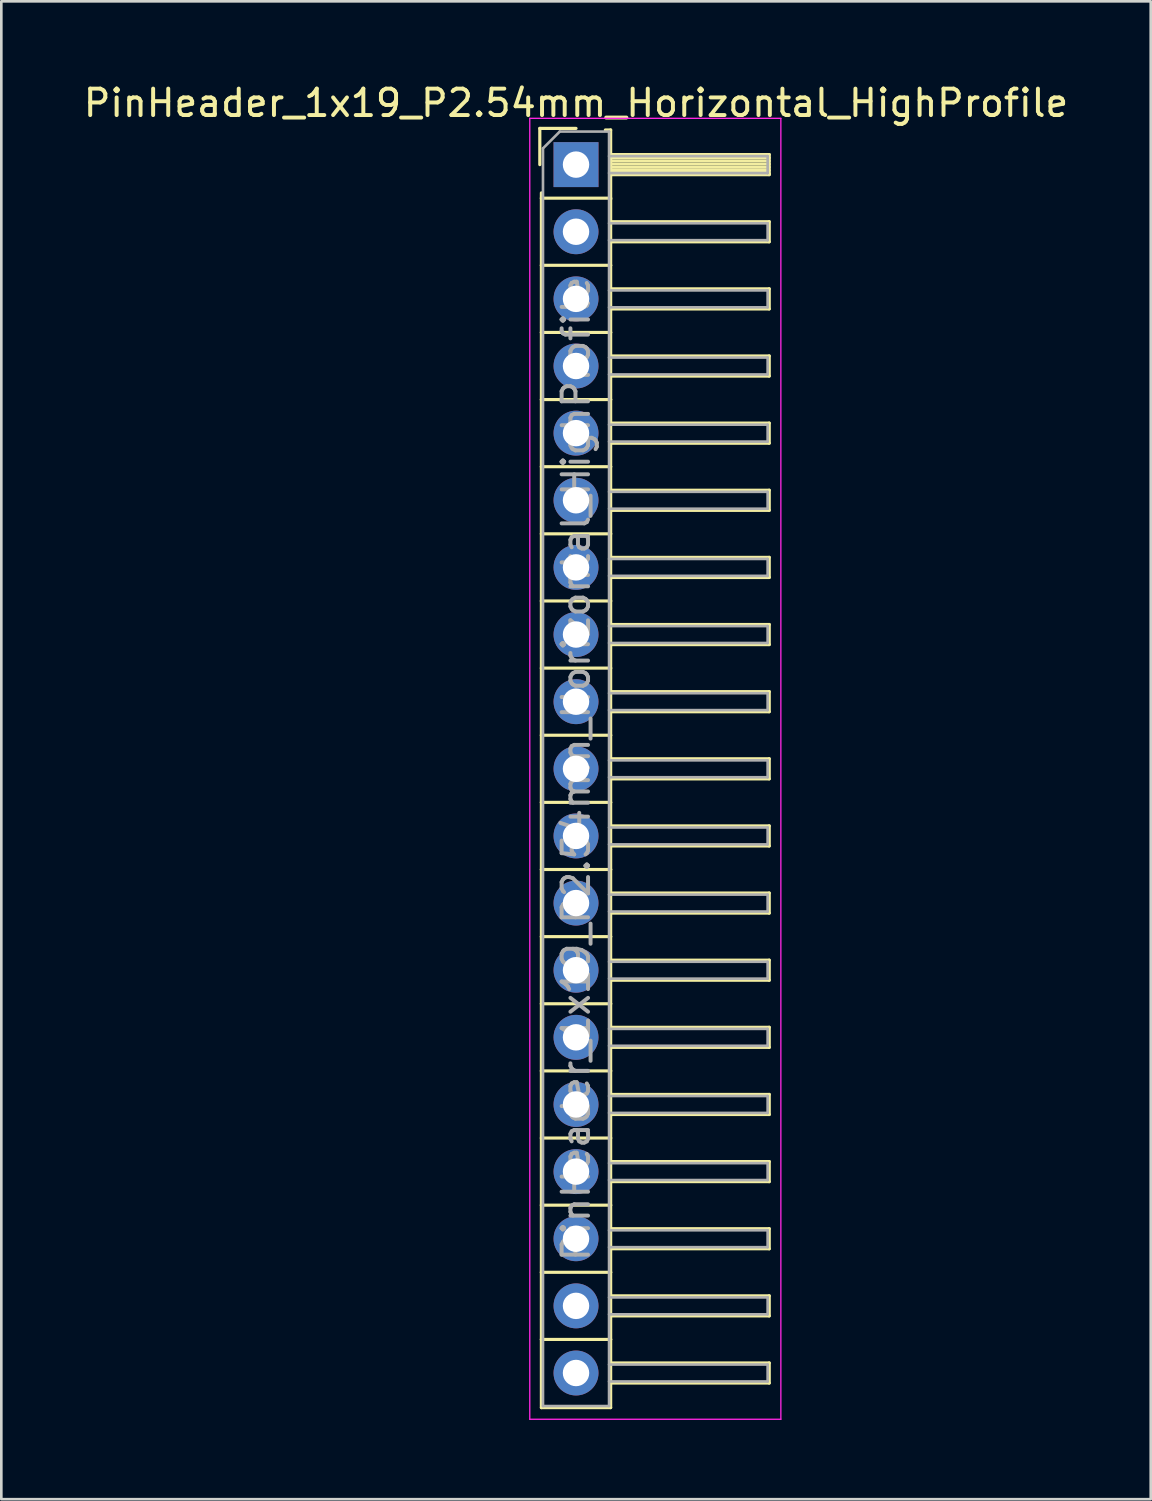
<source format=kicad_pcb>
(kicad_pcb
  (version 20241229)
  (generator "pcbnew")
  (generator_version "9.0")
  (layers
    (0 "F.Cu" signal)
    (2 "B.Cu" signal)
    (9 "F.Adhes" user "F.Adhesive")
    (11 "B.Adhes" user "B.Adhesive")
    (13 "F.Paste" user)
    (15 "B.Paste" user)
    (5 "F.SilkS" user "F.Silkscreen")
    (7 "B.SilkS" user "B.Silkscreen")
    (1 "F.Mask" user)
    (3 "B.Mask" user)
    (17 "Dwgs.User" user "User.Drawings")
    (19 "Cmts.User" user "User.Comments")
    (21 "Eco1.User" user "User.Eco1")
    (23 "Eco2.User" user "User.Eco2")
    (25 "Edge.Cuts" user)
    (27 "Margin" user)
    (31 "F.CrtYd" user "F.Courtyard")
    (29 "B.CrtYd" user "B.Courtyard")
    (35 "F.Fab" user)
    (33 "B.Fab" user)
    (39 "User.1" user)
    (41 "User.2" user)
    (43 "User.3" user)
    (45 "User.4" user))
  (footprint "PinHeader_1x19_P2.54mm_Horizontal_HighProfile"
    (layer "F.Cu")
    (at 18.744 3.178)
    (property "Reference" "PinHeader_1x19_P2.54mm_Horizontal_HighProfile" (at 0 -2.33 0) (layer "F.SilkS") (effects (font (size 1 1) (thickness 0.15))))
    (attr through_hole)
    (fp_line (start -1.37 -1.37) (end -1.37 0) (stroke (width 0.12) (type solid)) (layer "F.SilkS"))
    (fp_line (start -1.37 -1.37) (end 0 -1.37) (stroke (width 0.12) (type solid)) (layer "F.SilkS"))
    (fp_line (start -1.31 1.27) (end -1.31 1.07) (stroke (width 0.12) (type solid)) (layer "F.SilkS"))
    (fp_line (start -1.31 1.27) (end -1.31 3.81) (stroke (width 0.12) (type solid)) (layer "F.SilkS"))
    (fp_line (start -1.31 1.27) (end 1.31 1.27) (stroke (width 0.12) (type solid)) (layer "F.SilkS"))
    (fp_line (start -1.31 3.81) (end -1.31 6.35) (stroke (width 0.12) (type solid)) (layer "F.SilkS"))
    (fp_line (start -1.31 3.81) (end 1.31 3.81) (stroke (width 0.12) (type solid)) (layer "F.SilkS"))
    (fp_line (start -1.31 6.35) (end -1.31 8.89) (stroke (width 0.12) (type solid)) (layer "F.SilkS"))
    (fp_line (start -1.31 6.35) (end 1.31 6.35) (stroke (width 0.12) (type solid)) (layer "F.SilkS"))
    (fp_line (start -1.31 8.89) (end -1.31 11.43) (stroke (width 0.12) (type solid)) (layer "F.SilkS"))
    (fp_line (start -1.31 8.89) (end 1.31 8.89) (stroke (width 0.12) (type solid)) (layer "F.SilkS"))
    (fp_line (start -1.31 11.43) (end -1.31 13.97) (stroke (width 0.12) (type solid)) (layer "F.SilkS"))
    (fp_line (start -1.31 11.43) (end 1.31 11.43) (stroke (width 0.12) (type solid)) (layer "F.SilkS"))
    (fp_line (start -1.31 13.97) (end -1.31 16.51) (stroke (width 0.12) (type solid)) (layer "F.SilkS"))
    (fp_line (start -1.31 13.97) (end 1.31 13.97) (stroke (width 0.12) (type solid)) (layer "F.SilkS"))
    (fp_line (start -1.31 16.51) (end -1.31 19.05) (stroke (width 0.12) (type solid)) (layer "F.SilkS"))
    (fp_line (start -1.31 16.51) (end 1.31 16.51) (stroke (width 0.12) (type solid)) (layer "F.SilkS"))
    (fp_line (start -1.31 19.05) (end -1.31 21.59) (stroke (width 0.12) (type solid)) (layer "F.SilkS"))
    (fp_line (start -1.31 19.05) (end 1.31 19.05) (stroke (width 0.12) (type solid)) (layer "F.SilkS"))
    (fp_line (start -1.31 21.59) (end -1.31 24.13) (stroke (width 0.12) (type solid)) (layer "F.SilkS"))
    (fp_line (start -1.31 21.59) (end 1.31 21.59) (stroke (width 0.12) (type solid)) (layer "F.SilkS"))
    (fp_line (start -1.31 24.13) (end -1.31 26.67) (stroke (width 0.12) (type solid)) (layer "F.SilkS"))
    (fp_line (start -1.31 24.13) (end 1.31 24.13) (stroke (width 0.12) (type solid)) (layer "F.SilkS"))
    (fp_line (start -1.31 26.67) (end -1.31 29.21) (stroke (width 0.12) (type solid)) (layer "F.SilkS"))
    (fp_line (start -1.31 26.67) (end 1.31 26.67) (stroke (width 0.12) (type solid)) (layer "F.SilkS"))
    (fp_line (start -1.31 29.21) (end -1.31 31.75) (stroke (width 0.12) (type solid)) (layer "F.SilkS"))
    (fp_line (start -1.31 29.21) (end 1.31 29.21) (stroke (width 0.12) (type solid)) (layer "F.SilkS"))
    (fp_line (start -1.31 31.75) (end -1.31 34.29) (stroke (width 0.12) (type solid)) (layer "F.SilkS"))
    (fp_line (start -1.31 31.75) (end 1.31 31.75) (stroke (width 0.12) (type solid)) (layer "F.SilkS"))
    (fp_line (start -1.31 34.29) (end -1.31 36.83) (stroke (width 0.12) (type solid)) (layer "F.SilkS"))
    (fp_line (start -1.31 34.29) (end 1.31 34.29) (stroke (width 0.12) (type solid)) (layer "F.SilkS"))
    (fp_line (start -1.31 36.83) (end -1.31 39.37) (stroke (width 0.12) (type solid)) (layer "F.SilkS"))
    (fp_line (start -1.31 36.83) (end 1.31 36.83) (stroke (width 0.12) (type solid)) (layer "F.SilkS"))
    (fp_line (start -1.31 39.37) (end -1.31 41.91) (stroke (width 0.12) (type solid)) (layer "F.SilkS"))
    (fp_line (start -1.31 39.37) (end 1.31 39.37) (stroke (width 0.12) (type solid)) (layer "F.SilkS"))
    (fp_line (start -1.31 41.91) (end -1.31 44.45) (stroke (width 0.12) (type solid)) (layer "F.SilkS"))
    (fp_line (start -1.31 41.91) (end 1.31 41.91) (stroke (width 0.12) (type solid)) (layer "F.SilkS"))
    (fp_line (start -1.31 44.45) (end -1.31 47.03) (stroke (width 0.12) (type solid)) (layer "F.SilkS"))
    (fp_line (start -1.31 44.45) (end 1.31 44.45) (stroke (width 0.12) (type solid)) (layer "F.SilkS"))
    (fp_line (start -1.31 47.03) (end 1.31 47.03) (stroke (width 0.12) (type solid)) (layer "F.SilkS"))
    (fp_line (start 1.11 -1.31) (end 1.31 -1.31) (stroke (width 0.12) (type solid)) (layer "F.SilkS"))
    (fp_line (start 1.31 -1.31) (end 1.31 1.31) (stroke (width 0.12) (type solid)) (layer "F.SilkS"))
    (fp_line (start 1.31 -0.38) (end 7.31 -0.38) (stroke (width 0.12) (type solid)) (layer "F.SilkS"))
    (fp_line (start 1.31 -0.26) (end 7.31 -0.26) (stroke (width 0.12) (type solid)) (layer "F.SilkS"))
    (fp_line (start 1.31 -0.14) (end 7.31 -0.14) (stroke (width 0.12) (type solid)) (layer "F.SilkS"))
    (fp_line (start 1.31 -0.02) (end 7.31 -0.02) (stroke (width 0.12) (type solid)) (layer "F.SilkS"))
    (fp_line (start 1.31 0.1) (end 7.31 0.1) (stroke (width 0.12) (type solid)) (layer "F.SilkS"))
    (fp_line (start 1.31 0.22) (end 7.31 0.22) (stroke (width 0.12) (type solid)) (layer "F.SilkS"))
    (fp_line (start 1.31 0.34) (end 7.31 0.34) (stroke (width 0.12) (type solid)) (layer "F.SilkS"))
    (fp_line (start 1.31 0.38) (end 7.31 0.38) (stroke (width 0.12) (type solid)) (layer "F.SilkS"))
    (fp_line (start 1.31 1.27) (end 1.31 3.81) (stroke (width 0.12) (type solid)) (layer "F.SilkS"))
    (fp_line (start 1.31 2.16) (end 7.31 2.16) (stroke (width 0.12) (type solid)) (layer "F.SilkS"))
    (fp_line (start 1.31 2.92) (end 7.31 2.92) (stroke (width 0.12) (type solid)) (layer "F.SilkS"))
    (fp_line (start 1.31 3.81) (end 1.31 6.35) (stroke (width 0.12) (type solid)) (layer "F.SilkS"))
    (fp_line (start 1.31 4.7) (end 7.31 4.7) (stroke (width 0.12) (type solid)) (layer "F.SilkS"))
    (fp_line (start 1.31 5.46) (end 7.31 5.46) (stroke (width 0.12) (type solid)) (layer "F.SilkS"))
    (fp_line (start 1.31 6.35) (end 1.31 8.89) (stroke (width 0.12) (type solid)) (layer "F.SilkS"))
    (fp_line (start 1.31 7.24) (end 7.31 7.24) (stroke (width 0.12) (type solid)) (layer "F.SilkS"))
    (fp_line (start 1.31 8) (end 7.31 8) (stroke (width 0.12) (type solid)) (layer "F.SilkS"))
    (fp_line (start 1.31 8.89) (end 1.31 11.43) (stroke (width 0.12) (type solid)) (layer "F.SilkS"))
    (fp_line (start 1.31 9.78) (end 7.31 9.78) (stroke (width 0.12) (type solid)) (layer "F.SilkS"))
    (fp_line (start 1.31 10.54) (end 7.31 10.54) (stroke (width 0.12) (type solid)) (layer "F.SilkS"))
    (fp_line (start 1.31 11.43) (end 1.31 13.97) (stroke (width 0.12) (type solid)) (layer "F.SilkS"))
    (fp_line (start 1.31 12.32) (end 7.31 12.32) (stroke (width 0.12) (type solid)) (layer "F.SilkS"))
    (fp_line (start 1.31 13.08) (end 7.31 13.08) (stroke (width 0.12) (type solid)) (layer "F.SilkS"))
    (fp_line (start 1.31 13.97) (end 1.31 16.51) (stroke (width 0.12) (type solid)) (layer "F.SilkS"))
    (fp_line (start 1.31 14.86) (end 7.31 14.86) (stroke (width 0.12) (type solid)) (layer "F.SilkS"))
    (fp_line (start 1.31 15.62) (end 7.31 15.62) (stroke (width 0.12) (type solid)) (layer "F.SilkS"))
    (fp_line (start 1.31 16.51) (end 1.31 19.05) (stroke (width 0.12) (type solid)) (layer "F.SilkS"))
    (fp_line (start 1.31 17.4) (end 7.31 17.4) (stroke (width 0.12) (type solid)) (layer "F.SilkS"))
    (fp_line (start 1.31 18.16) (end 7.31 18.16) (stroke (width 0.12) (type solid)) (layer "F.SilkS"))
    (fp_line (start 1.31 19.05) (end 1.31 21.59) (stroke (width 0.12) (type solid)) (layer "F.SilkS"))
    (fp_line (start 1.31 19.94) (end 7.31 19.94) (stroke (width 0.12) (type solid)) (layer "F.SilkS"))
    (fp_line (start 1.31 20.7) (end 7.31 20.7) (stroke (width 0.12) (type solid)) (layer "F.SilkS"))
    (fp_line (start 1.31 21.59) (end 1.31 24.13) (stroke (width 0.12) (type solid)) (layer "F.SilkS"))
    (fp_line (start 1.31 22.48) (end 7.31 22.48) (stroke (width 0.12) (type solid)) (layer "F.SilkS"))
    (fp_line (start 1.31 23.24) (end 7.31 23.24) (stroke (width 0.12) (type solid)) (layer "F.SilkS"))
    (fp_line (start 1.31 24.13) (end 1.31 26.67) (stroke (width 0.12) (type solid)) (layer "F.SilkS"))
    (fp_line (start 1.31 25.02) (end 7.31 25.02) (stroke (width 0.12) (type solid)) (layer "F.SilkS"))
    (fp_line (start 1.31 25.78) (end 7.31 25.78) (stroke (width 0.12) (type solid)) (layer "F.SilkS"))
    (fp_line (start 1.31 26.67) (end 1.31 29.21) (stroke (width 0.12) (type solid)) (layer "F.SilkS"))
    (fp_line (start 1.31 27.56) (end 7.31 27.56) (stroke (width 0.12) (type solid)) (layer "F.SilkS"))
    (fp_line (start 1.31 28.32) (end 7.31 28.32) (stroke (width 0.12) (type solid)) (layer "F.SilkS"))
    (fp_line (start 1.31 29.21) (end 1.31 31.75) (stroke (width 0.12) (type solid)) (layer "F.SilkS"))
    (fp_line (start 1.31 30.1) (end 7.31 30.1) (stroke (width 0.12) (type solid)) (layer "F.SilkS"))
    (fp_line (start 1.31 30.86) (end 7.31 30.86) (stroke (width 0.12) (type solid)) (layer "F.SilkS"))
    (fp_line (start 1.31 31.75) (end 1.31 34.29) (stroke (width 0.12) (type solid)) (layer "F.SilkS"))
    (fp_line (start 1.31 32.64) (end 7.31 32.64) (stroke (width 0.12) (type solid)) (layer "F.SilkS"))
    (fp_line (start 1.31 33.4) (end 7.31 33.4) (stroke (width 0.12) (type solid)) (layer "F.SilkS"))
    (fp_line (start 1.31 34.29) (end 1.31 36.83) (stroke (width 0.12) (type solid)) (layer "F.SilkS"))
    (fp_line (start 1.31 35.18) (end 7.31 35.18) (stroke (width 0.12) (type solid)) (layer "F.SilkS"))
    (fp_line (start 1.31 35.94) (end 7.31 35.94) (stroke (width 0.12) (type solid)) (layer "F.SilkS"))
    (fp_line (start 1.31 36.83) (end 1.31 39.37) (stroke (width 0.12) (type solid)) (layer "F.SilkS"))
    (fp_line (start 1.31 37.72) (end 7.31 37.72) (stroke (width 0.12) (type solid)) (layer "F.SilkS"))
    (fp_line (start 1.31 38.48) (end 7.31 38.48) (stroke (width 0.12) (type solid)) (layer "F.SilkS"))
    (fp_line (start 1.31 39.37) (end 1.31 41.91) (stroke (width 0.12) (type solid)) (layer "F.SilkS"))
    (fp_line (start 1.31 40.26) (end 7.31 40.26) (stroke (width 0.12) (type solid)) (layer "F.SilkS"))
    (fp_line (start 1.31 41.02) (end 7.31 41.02) (stroke (width 0.12) (type solid)) (layer "F.SilkS"))
    (fp_line (start 1.31 41.91) (end 1.31 44.45) (stroke (width 0.12) (type solid)) (layer "F.SilkS"))
    (fp_line (start 1.31 42.8) (end 7.31 42.8) (stroke (width 0.12) (type solid)) (layer "F.SilkS"))
    (fp_line (start 1.31 43.56) (end 7.31 43.56) (stroke (width 0.12) (type solid)) (layer "F.SilkS"))
    (fp_line (start 1.31 44.45) (end 1.31 47.03) (stroke (width 0.12) (type solid)) (layer "F.SilkS"))
    (fp_line (start 1.31 45.34) (end 7.31 45.34) (stroke (width 0.12) (type solid)) (layer "F.SilkS"))
    (fp_line (start 1.31 46.1) (end 7.31 46.1) (stroke (width 0.12) (type solid)) (layer "F.SilkS"))
    (fp_line (start 7.31 -0.38) (end 7.31 0.38) (stroke (width 0.12) (type solid)) (layer "F.SilkS"))
    (fp_line (start 7.31 2.16) (end 7.31 2.92) (stroke (width 0.12) (type solid)) (layer "F.SilkS"))
    (fp_line (start 7.31 4.7) (end 7.31 5.46) (stroke (width 0.12) (type solid)) (layer "F.SilkS"))
    (fp_line (start 7.31 7.24) (end 7.31 8) (stroke (width 0.12) (type solid)) (layer "F.SilkS"))
    (fp_line (start 7.31 9.78) (end 7.31 10.54) (stroke (width 0.12) (type solid)) (layer "F.SilkS"))
    (fp_line (start 7.31 12.32) (end 7.31 13.08) (stroke (width 0.12) (type solid)) (layer "F.SilkS"))
    (fp_line (start 7.31 14.86) (end 7.31 15.62) (stroke (width 0.12) (type solid)) (layer "F.SilkS"))
    (fp_line (start 7.31 17.4) (end 7.31 18.16) (stroke (width 0.12) (type solid)) (layer "F.SilkS"))
    (fp_line (start 7.31 19.94) (end 7.31 20.7) (stroke (width 0.12) (type solid)) (layer "F.SilkS"))
    (fp_line (start 7.31 22.48) (end 7.31 23.24) (stroke (width 0.12) (type solid)) (layer "F.SilkS"))
    (fp_line (start 7.31 25.02) (end 7.31 25.78) (stroke (width 0.12) (type solid)) (layer "F.SilkS"))
    (fp_line (start 7.31 27.56) (end 7.31 28.32) (stroke (width 0.12) (type solid)) (layer "F.SilkS"))
    (fp_line (start 7.31 30.1) (end 7.31 30.86) (stroke (width 0.12) (type solid)) (layer "F.SilkS"))
    (fp_line (start 7.31 32.64) (end 7.31 33.4) (stroke (width 0.12) (type solid)) (layer "F.SilkS"))
    (fp_line (start 7.31 35.18) (end 7.31 35.94) (stroke (width 0.12) (type solid)) (layer "F.SilkS"))
    (fp_line (start 7.31 37.72) (end 7.31 38.48) (stroke (width 0.12) (type solid)) (layer "F.SilkS"))
    (fp_line (start 7.31 40.26) (end 7.31 41.02) (stroke (width 0.12) (type solid)) (layer "F.SilkS"))
    (fp_line (start 7.31 42.8) (end 7.31 43.56) (stroke (width 0.12) (type solid)) (layer "F.SilkS"))
    (fp_line (start 7.31 45.34) (end 7.31 46.1) (stroke (width 0.12) (type solid)) (layer "F.SilkS"))
    (fp_line (start -1.75 -1.75) (end -1.75 47.47) (stroke (width 0.05) (type solid)) (layer "F.CrtYd"))
    (fp_line (start -1.75 -1.75) (end 7.75 -1.75) (stroke (width 0.05) (type solid)) (layer "F.CrtYd"))
    (fp_line (start -1.75 47.47) (end 7.75 47.47) (stroke (width 0.05) (type solid)) (layer "F.CrtYd"))
    (fp_line (start 7.75 -1.75) (end 7.75 47.47) (stroke (width 0.05) (type solid)) (layer "F.CrtYd"))
    (fp_line (start -1.25 -0.615) (end -1.25 46.97) (stroke (width 0.1) (type solid)) (layer "F.Fab"))
    (fp_line (start -1.25 -0.615) (end -0.615 -1.25) (stroke (width 0.1) (type solid)) (layer "F.Fab"))
    (fp_line (start -1.25 46.97) (end 1.25 46.97) (stroke (width 0.1) (type solid)) (layer "F.Fab"))
    (fp_line (start -0.615 -1.25) (end 1.25 -1.25) (stroke (width 0.1) (type solid)) (layer "F.Fab"))
    (fp_line (start 1.25 -1.25) (end 1.25 46.97) (stroke (width 0.1) (type solid)) (layer "F.Fab"))
    (fp_line (start 1.25 -0.32) (end 7.25 -0.32) (stroke (width 0.1) (type solid)) (layer "F.Fab"))
    (fp_line (start 1.25 0.32) (end 7.25 0.32) (stroke (width 0.1) (type solid)) (layer "F.Fab"))
    (fp_line (start 1.25 2.22) (end 7.25 2.22) (stroke (width 0.1) (type solid)) (layer "F.Fab"))
    (fp_line (start 1.25 2.86) (end 7.25 2.86) (stroke (width 0.1) (type solid)) (layer "F.Fab"))
    (fp_line (start 1.25 4.76) (end 7.25 4.76) (stroke (width 0.1) (type solid)) (layer "F.Fab"))
    (fp_line (start 1.25 5.4) (end 7.25 5.4) (stroke (width 0.1) (type solid)) (layer "F.Fab"))
    (fp_line (start 1.25 7.3) (end 7.25 7.3) (stroke (width 0.1) (type solid)) (layer "F.Fab"))
    (fp_line (start 1.25 7.94) (end 7.25 7.94) (stroke (width 0.1) (type solid)) (layer "F.Fab"))
    (fp_line (start 1.25 9.84) (end 7.25 9.84) (stroke (width 0.1) (type solid)) (layer "F.Fab"))
    (fp_line (start 1.25 10.48) (end 7.25 10.48) (stroke (width 0.1) (type solid)) (layer "F.Fab"))
    (fp_line (start 1.25 12.38) (end 7.25 12.38) (stroke (width 0.1) (type solid)) (layer "F.Fab"))
    (fp_line (start 1.25 13.02) (end 7.25 13.02) (stroke (width 0.1) (type solid)) (layer "F.Fab"))
    (fp_line (start 1.25 14.92) (end 7.25 14.92) (stroke (width 0.1) (type solid)) (layer "F.Fab"))
    (fp_line (start 1.25 15.56) (end 7.25 15.56) (stroke (width 0.1) (type solid)) (layer "F.Fab"))
    (fp_line (start 1.25 17.46) (end 7.25 17.46) (stroke (width 0.1) (type solid)) (layer "F.Fab"))
    (fp_line (start 1.25 18.1) (end 7.25 18.1) (stroke (width 0.1) (type solid)) (layer "F.Fab"))
    (fp_line (start 1.25 20) (end 7.25 20) (stroke (width 0.1) (type solid)) (layer "F.Fab"))
    (fp_line (start 1.25 20.64) (end 7.25 20.64) (stroke (width 0.1) (type solid)) (layer "F.Fab"))
    (fp_line (start 1.25 22.54) (end 7.25 22.54) (stroke (width 0.1) (type solid)) (layer "F.Fab"))
    (fp_line (start 1.25 23.18) (end 7.25 23.18) (stroke (width 0.1) (type solid)) (layer "F.Fab"))
    (fp_line (start 1.25 25.08) (end 7.25 25.08) (stroke (width 0.1) (type solid)) (layer "F.Fab"))
    (fp_line (start 1.25 25.72) (end 7.25 25.72) (stroke (width 0.1) (type solid)) (layer "F.Fab"))
    (fp_line (start 1.25 27.62) (end 7.25 27.62) (stroke (width 0.1) (type solid)) (layer "F.Fab"))
    (fp_line (start 1.25 28.26) (end 7.25 28.26) (stroke (width 0.1) (type solid)) (layer "F.Fab"))
    (fp_line (start 1.25 30.16) (end 7.25 30.16) (stroke (width 0.1) (type solid)) (layer "F.Fab"))
    (fp_line (start 1.25 30.8) (end 7.25 30.8) (stroke (width 0.1) (type solid)) (layer "F.Fab"))
    (fp_line (start 1.25 32.7) (end 7.25 32.7) (stroke (width 0.1) (type solid)) (layer "F.Fab"))
    (fp_line (start 1.25 33.34) (end 7.25 33.34) (stroke (width 0.1) (type solid)) (layer "F.Fab"))
    (fp_line (start 1.25 35.24) (end 7.25 35.24) (stroke (width 0.1) (type solid)) (layer "F.Fab"))
    (fp_line (start 1.25 35.88) (end 7.25 35.88) (stroke (width 0.1) (type solid)) (layer "F.Fab"))
    (fp_line (start 1.25 37.78) (end 7.25 37.78) (stroke (width 0.1) (type solid)) (layer "F.Fab"))
    (fp_line (start 1.25 38.42) (end 7.25 38.42) (stroke (width 0.1) (type solid)) (layer "F.Fab"))
    (fp_line (start 1.25 40.32) (end 7.25 40.32) (stroke (width 0.1) (type solid)) (layer "F.Fab"))
    (fp_line (start 1.25 40.96) (end 7.25 40.96) (stroke (width 0.1) (type solid)) (layer "F.Fab"))
    (fp_line (start 1.25 42.86) (end 7.25 42.86) (stroke (width 0.1) (type solid)) (layer "F.Fab"))
    (fp_line (start 1.25 43.5) (end 7.25 43.5) (stroke (width 0.1) (type solid)) (layer "F.Fab"))
    (fp_line (start 1.25 45.4) (end 7.25 45.4) (stroke (width 0.1) (type solid)) (layer "F.Fab"))
    (fp_line (start 1.25 46.04) (end 7.25 46.04) (stroke (width 0.1) (type solid)) (layer "F.Fab"))
    (fp_line (start 7.25 -0.32) (end 7.25 0.32) (stroke (width 0.1) (type solid)) (layer "F.Fab"))
    (fp_line (start 7.25 2.22) (end 7.25 2.86) (stroke (width 0.1) (type solid)) (layer "F.Fab"))
    (fp_line (start 7.25 4.76) (end 7.25 5.4) (stroke (width 0.1) (type solid)) (layer "F.Fab"))
    (fp_line (start 7.25 7.3) (end 7.25 7.94) (stroke (width 0.1) (type solid)) (layer "F.Fab"))
    (fp_line (start 7.25 9.84) (end 7.25 10.48) (stroke (width 0.1) (type solid)) (layer "F.Fab"))
    (fp_line (start 7.25 12.38) (end 7.25 13.02) (stroke (width 0.1) (type solid)) (layer "F.Fab"))
    (fp_line (start 7.25 14.92) (end 7.25 15.56) (stroke (width 0.1) (type solid)) (layer "F.Fab"))
    (fp_line (start 7.25 17.46) (end 7.25 18.1) (stroke (width 0.1) (type solid)) (layer "F.Fab"))
    (fp_line (start 7.25 20) (end 7.25 20.64) (stroke (width 0.1) (type solid)) (layer "F.Fab"))
    (fp_line (start 7.25 22.54) (end 7.25 23.18) (stroke (width 0.1) (type solid)) (layer "F.Fab"))
    (fp_line (start 7.25 25.08) (end 7.25 25.72) (stroke (width 0.1) (type solid)) (layer "F.Fab"))
    (fp_line (start 7.25 27.62) (end 7.25 28.26) (stroke (width 0.1) (type solid)) (layer "F.Fab"))
    (fp_line (start 7.25 30.16) (end 7.25 30.8) (stroke (width 0.1) (type solid)) (layer "F.Fab"))
    (fp_line (start 7.25 32.7) (end 7.25 33.34) (stroke (width 0.1) (type solid)) (layer "F.Fab"))
    (fp_line (start 7.25 35.24) (end 7.25 35.88) (stroke (width 0.1) (type solid)) (layer "F.Fab"))
    (fp_line (start 7.25 37.78) (end 7.25 38.42) (stroke (width 0.1) (type solid)) (layer "F.Fab"))
    (fp_line (start 7.25 40.32) (end 7.25 40.96) (stroke (width 0.1) (type solid)) (layer "F.Fab"))
    (fp_line (start 7.25 42.86) (end 7.25 43.5) (stroke (width 0.1) (type solid)) (layer "F.Fab"))
    (fp_line (start 7.25 45.4) (end 7.25 46.04) (stroke (width 0.1) (type solid)) (layer "F.Fab"))
    (fp_text user "${REFERENCE}" (at 0 22.86 90) (layer "F.Fab") (effects (font (size 1 1) (thickness 0.15))))
    (pad "1" thru_hole rect (at 0 0) (size 1.7 1.7) (drill 1) (layers "*.Cu" "*.Mask"))
    (pad "2" thru_hole oval (at 0 2.54) (size 1.7 1.7) (drill 1) (layers "*.Cu" "*.Mask"))
    (pad "3" thru_hole oval (at 0 5.08) (size 1.7 1.7) (drill 1) (layers "*.Cu" "*.Mask"))
    (pad "4" thru_hole oval (at 0 7.62) (size 1.7 1.7) (drill 1) (layers "*.Cu" "*.Mask"))
    (pad "5" thru_hole oval (at 0 10.16) (size 1.7 1.7) (drill 1) (layers "*.Cu" "*.Mask"))
    (pad "6" thru_hole oval (at 0 12.7) (size 1.7 1.7) (drill 1) (layers "*.Cu" "*.Mask"))
    (pad "7" thru_hole oval (at 0 15.24) (size 1.7 1.7) (drill 1) (layers "*.Cu" "*.Mask"))
    (pad "8" thru_hole oval (at 0 17.78) (size 1.7 1.7) (drill 1) (layers "*.Cu" "*.Mask"))
    (pad "9" thru_hole oval (at 0 20.32) (size 1.7 1.7) (drill 1) (layers "*.Cu" "*.Mask"))
    (pad "10" thru_hole oval (at 0 22.86) (size 1.7 1.7) (drill 1) (layers "*.Cu" "*.Mask"))
    (pad "11" thru_hole oval (at 0 25.4) (size 1.7 1.7) (drill 1) (layers "*.Cu" "*.Mask"))
    (pad "12" thru_hole oval (at 0 27.94) (size 1.7 1.7) (drill 1) (layers "*.Cu" "*.Mask"))
    (pad "13" thru_hole oval (at 0 30.48) (size 1.7 1.7) (drill 1) (layers "*.Cu" "*.Mask"))
    (pad "14" thru_hole oval (at 0 33.02) (size 1.7 1.7) (drill 1) (layers "*.Cu" "*.Mask"))
    (pad "15" thru_hole oval (at 0 35.56) (size 1.7 1.7) (drill 1) (layers "*.Cu" "*.Mask"))
    (pad "16" thru_hole oval (at 0 38.1) (size 1.7 1.7) (drill 1) (layers "*.Cu" "*.Mask"))
    (pad "17" thru_hole oval (at 0 40.64) (size 1.7 1.7) (drill 1) (layers "*.Cu" "*.Mask"))
    (pad "18" thru_hole oval (at 0 43.18) (size 1.7 1.7) (drill 1) (layers "*.Cu" "*.Mask"))
    (pad "19" thru_hole oval (at 0 45.72) (size 1.7 1.7) (drill 1) (layers "*.Cu" "*.Mask")))
  (gr_rect
    (start -3 -3)
    (end 40.488 53.673)
    (stroke (width 0.1) (type default))
    (fill no)
    (layer "Edge.Cuts")))
</source>
